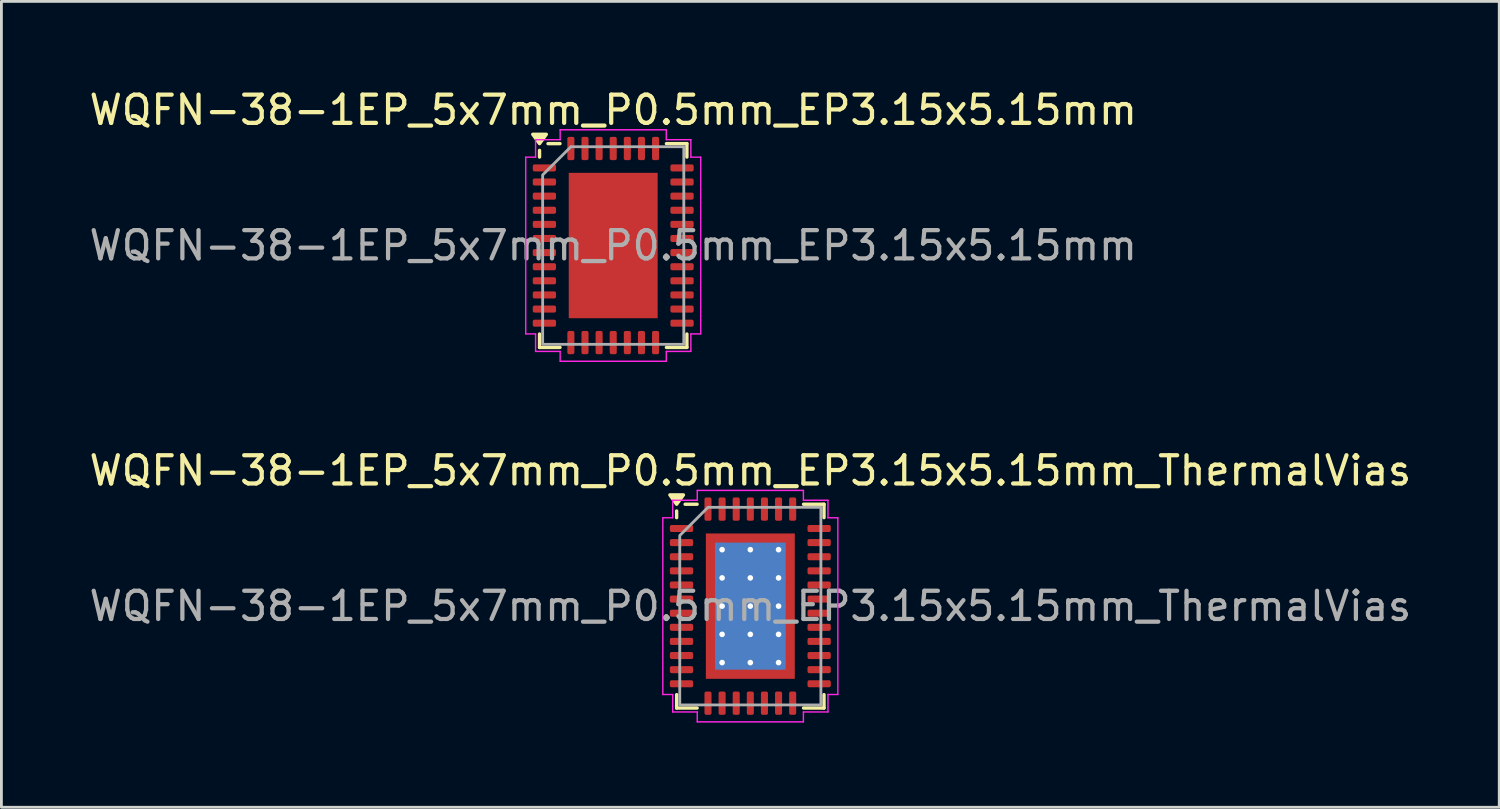
<source format=kicad_pcb>
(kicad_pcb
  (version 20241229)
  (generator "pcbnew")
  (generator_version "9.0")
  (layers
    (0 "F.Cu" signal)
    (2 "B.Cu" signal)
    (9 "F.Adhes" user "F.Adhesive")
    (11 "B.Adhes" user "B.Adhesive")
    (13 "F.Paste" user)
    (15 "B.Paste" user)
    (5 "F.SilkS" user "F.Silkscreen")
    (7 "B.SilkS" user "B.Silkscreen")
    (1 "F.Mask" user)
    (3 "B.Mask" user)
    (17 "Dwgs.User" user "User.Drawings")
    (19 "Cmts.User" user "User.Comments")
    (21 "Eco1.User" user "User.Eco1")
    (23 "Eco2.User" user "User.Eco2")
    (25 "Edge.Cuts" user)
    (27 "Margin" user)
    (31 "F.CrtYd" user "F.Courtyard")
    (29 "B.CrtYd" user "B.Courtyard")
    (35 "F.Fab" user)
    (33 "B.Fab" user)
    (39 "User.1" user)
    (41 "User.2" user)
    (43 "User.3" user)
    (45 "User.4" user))
  (footprint "WQFN-38-1EP_5x7mm_P0.5mm_EP3.15x5.15mm_ThermalVias"
    (layer "F.Cu")
    (at 23.53 18.422)
    (property "Reference" "WQFN-38-1EP_5x7mm_P0.5mm_EP3.15x5.15mm_ThermalVias" (at 0 -4.8 0) (layer "F.SilkS") (effects (font (size 1 1) (thickness 0.15))))
    (attr smd)
    (fp_line (start -2.61 -3.135) (end -2.61 -3.37) (stroke (width 0.12) (type solid)) (layer "F.SilkS"))
    (fp_line (start -2.61 3.61) (end -2.61 3.135) (stroke (width 0.12) (type solid)) (layer "F.SilkS"))
    (fp_line (start -1.885 -3.61) (end -2.31 -3.61) (stroke (width 0.12) (type solid)) (layer "F.SilkS"))
    (fp_line (start -1.885 3.61) (end -2.61 3.61) (stroke (width 0.12) (type solid)) (layer "F.SilkS"))
    (fp_line (start 1.885 -3.61) (end 2.61 -3.61) (stroke (width 0.12) (type solid)) (layer "F.SilkS"))
    (fp_line (start 1.885 3.61) (end 2.61 3.61) (stroke (width 0.12) (type solid)) (layer "F.SilkS"))
    (fp_line (start 2.61 -3.61) (end 2.61 -3.135) (stroke (width 0.12) (type solid)) (layer "F.SilkS"))
    (fp_line (start 2.61 3.61) (end 2.61 3.135) (stroke (width 0.12) (type solid)) (layer "F.SilkS"))
    (fp_poly (pts (xy -2.61 -3.61) (xy -2.85 -3.94) (xy -2.37 -3.94)) (stroke (width 0.12) (type solid)) (fill yes) (layer "F.SilkS"))
    (fp_line (start -3.1 -3.13) (end -2.75 -3.13) (stroke (width 0.05) (type solid)) (layer "F.CrtYd"))
    (fp_line (start -3.1 3.13) (end -3.1 -3.13) (stroke (width 0.05) (type solid)) (layer "F.CrtYd"))
    (fp_line (start -2.75 -3.75) (end -1.88 -3.75) (stroke (width 0.05) (type solid)) (layer "F.CrtYd"))
    (fp_line (start -2.75 -3.13) (end -2.75 -3.75) (stroke (width 0.05) (type solid)) (layer "F.CrtYd"))
    (fp_line (start -2.75 3.13) (end -3.1 3.13) (stroke (width 0.05) (type solid)) (layer "F.CrtYd"))
    (fp_line (start -2.75 3.75) (end -2.75 3.13) (stroke (width 0.05) (type solid)) (layer "F.CrtYd"))
    (fp_line (start -1.88 -4.1) (end 1.88 -4.1) (stroke (width 0.05) (type solid)) (layer "F.CrtYd"))
    (fp_line (start -1.88 -3.75) (end -1.88 -4.1) (stroke (width 0.05) (type solid)) (layer "F.CrtYd"))
    (fp_line (start -1.88 3.75) (end -2.75 3.75) (stroke (width 0.05) (type solid)) (layer "F.CrtYd"))
    (fp_line (start -1.88 4.1) (end -1.88 3.75) (stroke (width 0.05) (type solid)) (layer "F.CrtYd"))
    (fp_line (start 1.88 -4.1) (end 1.88 -3.75) (stroke (width 0.05) (type solid)) (layer "F.CrtYd"))
    (fp_line (start 1.88 -3.75) (end 2.75 -3.75) (stroke (width 0.05) (type solid)) (layer "F.CrtYd"))
    (fp_line (start 1.88 3.75) (end 1.88 4.1) (stroke (width 0.05) (type solid)) (layer "F.CrtYd"))
    (fp_line (start 1.88 4.1) (end -1.88 4.1) (stroke (width 0.05) (type solid)) (layer "F.CrtYd"))
    (fp_line (start 2.75 -3.75) (end 2.75 -3.13) (stroke (width 0.05) (type solid)) (layer "F.CrtYd"))
    (fp_line (start 2.75 -3.13) (end 3.1 -3.13) (stroke (width 0.05) (type solid)) (layer "F.CrtYd"))
    (fp_line (start 2.75 3.13) (end 2.75 3.75) (stroke (width 0.05) (type solid)) (layer "F.CrtYd"))
    (fp_line (start 2.75 3.75) (end 1.88 3.75) (stroke (width 0.05) (type solid)) (layer "F.CrtYd"))
    (fp_line (start 3.1 -3.13) (end 3.1 3.13) (stroke (width 0.05) (type solid)) (layer "F.CrtYd"))
    (fp_line (start 3.1 3.13) (end 2.75 3.13) (stroke (width 0.05) (type solid)) (layer "F.CrtYd"))
    (fp_poly (pts (xy -2.5 -2.5) (xy -2.5 3.5) (xy 2.5 3.5) (xy 2.5 -3.5) (xy -1.5 -3.5)) (stroke (width 0.1) (type solid)) (fill no) (layer "F.Fab"))
    (fp_text user "${REFERENCE}" (at 0 0 0) (layer "F.Fab") (effects (font (size 1 1) (thickness 0.15))))
    (pad "" smd roundrect (at -0.79 -1.72) (size 1.27 1.38) (layers "F.Paste") (roundrect_rratio 0.197))
    (pad "" smd roundrect (at -0.79 0) (size 1.27 1.38) (layers "F.Paste") (roundrect_rratio 0.197))
    (pad "" smd roundrect (at -0.79 1.72) (size 1.27 1.38) (layers "F.Paste") (roundrect_rratio 0.197))
    (pad "" smd roundrect (at 0.79 -1.72) (size 1.27 1.38) (layers "F.Paste") (roundrect_rratio 0.197))
    (pad "" smd roundrect (at 0.79 0) (size 1.27 1.38) (layers "F.Paste") (roundrect_rratio 0.197))
    (pad "" smd roundrect (at 0.79 1.72) (size 1.27 1.38) (layers "F.Paste") (roundrect_rratio 0.197))
    (pad "1" smd roundrect (at -2.438 -2.75) (size 0.825 0.25) (layers "F.Cu" "F.Mask" "F.Paste") (roundrect_rratio 0.25))
    (pad "2" smd roundrect (at -2.438 -2.25) (size 0.825 0.25) (layers "F.Cu" "F.Mask" "F.Paste") (roundrect_rratio 0.25))
    (pad "3" smd roundrect (at -2.438 -1.75) (size 0.825 0.25) (layers "F.Cu" "F.Mask" "F.Paste") (roundrect_rratio 0.25))
    (pad "4" smd roundrect (at -2.438 -1.25) (size 0.825 0.25) (layers "F.Cu" "F.Mask" "F.Paste") (roundrect_rratio 0.25))
    (pad "5" smd roundrect (at -2.438 -0.75) (size 0.825 0.25) (layers "F.Cu" "F.Mask" "F.Paste") (roundrect_rratio 0.25))
    (pad "6" smd roundrect (at -2.438 -0.25) (size 0.825 0.25) (layers "F.Cu" "F.Mask" "F.Paste") (roundrect_rratio 0.25))
    (pad "7" smd roundrect (at -2.438 0.25) (size 0.825 0.25) (layers "F.Cu" "F.Mask" "F.Paste") (roundrect_rratio 0.25))
    (pad "8" smd roundrect (at -2.438 0.75) (size 0.825 0.25) (layers "F.Cu" "F.Mask" "F.Paste") (roundrect_rratio 0.25))
    (pad "9" smd roundrect (at -2.438 1.25) (size 0.825 0.25) (layers "F.Cu" "F.Mask" "F.Paste") (roundrect_rratio 0.25))
    (pad "10" smd roundrect (at -2.438 1.75) (size 0.825 0.25) (layers "F.Cu" "F.Mask" "F.Paste") (roundrect_rratio 0.25))
    (pad "11" smd roundrect (at -2.438 2.25) (size 0.825 0.25) (layers "F.Cu" "F.Mask" "F.Paste") (roundrect_rratio 0.25))
    (pad "12" smd roundrect (at -2.438 2.75) (size 0.825 0.25) (layers "F.Cu" "F.Mask" "F.Paste") (roundrect_rratio 0.25))
    (pad "13" smd roundrect (at -1.5 3.438) (size 0.25 0.825) (layers "F.Cu" "F.Mask" "F.Paste") (roundrect_rratio 0.25))
    (pad "14" smd roundrect (at -1 3.438) (size 0.25 0.825) (layers "F.Cu" "F.Mask" "F.Paste") (roundrect_rratio 0.25))
    (pad "15" smd roundrect (at -0.5 3.438) (size 0.25 0.825) (layers "F.Cu" "F.Mask" "F.Paste") (roundrect_rratio 0.25))
    (pad "16" smd roundrect (at 0 3.438) (size 0.25 0.825) (layers "F.Cu" "F.Mask" "F.Paste") (roundrect_rratio 0.25))
    (pad "17" smd roundrect (at 0.5 3.438) (size 0.25 0.825) (layers "F.Cu" "F.Mask" "F.Paste") (roundrect_rratio 0.25))
    (pad "18" smd roundrect (at 1 3.438) (size 0.25 0.825) (layers "F.Cu" "F.Mask" "F.Paste") (roundrect_rratio 0.25))
    (pad "19" smd roundrect (at 1.5 3.438) (size 0.25 0.825) (layers "F.Cu" "F.Mask" "F.Paste") (roundrect_rratio 0.25))
    (pad "20" smd roundrect (at 2.438 2.75) (size 0.825 0.25) (layers "F.Cu" "F.Mask" "F.Paste") (roundrect_rratio 0.25))
    (pad "21" smd roundrect (at 2.438 2.25) (size 0.825 0.25) (layers "F.Cu" "F.Mask" "F.Paste") (roundrect_rratio 0.25))
    (pad "22" smd roundrect (at 2.438 1.75) (size 0.825 0.25) (layers "F.Cu" "F.Mask" "F.Paste") (roundrect_rratio 0.25))
    (pad "23" smd roundrect (at 2.438 1.25) (size 0.825 0.25) (layers "F.Cu" "F.Mask" "F.Paste") (roundrect_rratio 0.25))
    (pad "24" smd roundrect (at 2.438 0.75) (size 0.825 0.25) (layers "F.Cu" "F.Mask" "F.Paste") (roundrect_rratio 0.25))
    (pad "25" smd roundrect (at 2.438 0.25) (size 0.825 0.25) (layers "F.Cu" "F.Mask" "F.Paste") (roundrect_rratio 0.25))
    (pad "26" smd roundrect (at 2.438 -0.25) (size 0.825 0.25) (layers "F.Cu" "F.Mask" "F.Paste") (roundrect_rratio 0.25))
    (pad "27" smd roundrect (at 2.438 -0.75) (size 0.825 0.25) (layers "F.Cu" "F.Mask" "F.Paste") (roundrect_rratio 0.25))
    (pad "28" smd roundrect (at 2.438 -1.25) (size 0.825 0.25) (layers "F.Cu" "F.Mask" "F.Paste") (roundrect_rratio 0.25))
    (pad "29" smd roundrect (at 2.438 -1.75) (size 0.825 0.25) (layers "F.Cu" "F.Mask" "F.Paste") (roundrect_rratio 0.25))
    (pad "30" smd roundrect (at 2.438 -2.25) (size 0.825 0.25) (layers "F.Cu" "F.Mask" "F.Paste") (roundrect_rratio 0.25))
    (pad "31" smd roundrect (at 2.438 -2.75) (size 0.825 0.25) (layers "F.Cu" "F.Mask" "F.Paste") (roundrect_rratio 0.25))
    (pad "32" smd roundrect (at 1.5 -3.438) (size 0.25 0.825) (layers "F.Cu" "F.Mask" "F.Paste") (roundrect_rratio 0.25))
    (pad "33" smd roundrect (at 1 -3.438) (size 0.25 0.825) (layers "F.Cu" "F.Mask" "F.Paste") (roundrect_rratio 0.25))
    (pad "34" smd roundrect (at 0.5 -3.438) (size 0.25 0.825) (layers "F.Cu" "F.Mask" "F.Paste") (roundrect_rratio 0.25))
    (pad "35" smd roundrect (at 0 -3.438) (size 0.25 0.825) (layers "F.Cu" "F.Mask" "F.Paste") (roundrect_rratio 0.25))
    (pad "36" smd roundrect (at -0.5 -3.438) (size 0.25 0.825) (layers "F.Cu" "F.Mask" "F.Paste") (roundrect_rratio 0.25))
    (pad "37" smd roundrect (at -1 -3.438) (size 0.25 0.825) (layers "F.Cu" "F.Mask" "F.Paste") (roundrect_rratio 0.25))
    (pad "38" smd roundrect (at -1.5 -3.438) (size 0.25 0.825) (layers "F.Cu" "F.Mask" "F.Paste") (roundrect_rratio 0.25))
    (pad "39" thru_hole circle (at -1 -2) (size 0.5 0.5) (drill 0.2) (property pad_prop_heatsink) (layers "*.Cu"))
    (pad "39" thru_hole circle (at -1 -1) (size 0.5 0.5) (drill 0.2) (property pad_prop_heatsink) (layers "*.Cu"))
    (pad "39" thru_hole circle (at -1 0) (size 0.5 0.5) (drill 0.2) (property pad_prop_heatsink) (layers "*.Cu"))
    (pad "39" thru_hole circle (at -1 1) (size 0.5 0.5) (drill 0.2) (property pad_prop_heatsink) (layers "*.Cu"))
    (pad "39" thru_hole circle (at -1 2) (size 0.5 0.5) (drill 0.2) (property pad_prop_heatsink) (layers "*.Cu"))
    (pad "39" thru_hole circle (at 0 -2) (size 0.5 0.5) (drill 0.2) (property pad_prop_heatsink) (layers "*.Cu"))
    (pad "39" thru_hole circle (at 0 -1) (size 0.5 0.5) (drill 0.2) (property pad_prop_heatsink) (layers "*.Cu"))
    (pad "39" thru_hole circle (at 0 0) (size 0.5 0.5) (drill 0.2) (property pad_prop_heatsink) (layers "*.Cu"))
    (pad "39" smd rect (at 0 0) (size 2.5 4.5) (property pad_prop_heatsink) (layers "B.Cu"))
    (pad "39" smd rect (at 0 0) (size 3.15 5.15) (property pad_prop_heatsink) (layers "F.Cu" "F.Mask"))
    (pad "39" thru_hole circle (at 0 1) (size 0.5 0.5) (drill 0.2) (property pad_prop_heatsink) (layers "*.Cu"))
    (pad "39" thru_hole circle (at 0 2) (size 0.5 0.5) (drill 0.2) (property pad_prop_heatsink) (layers "*.Cu"))
    (pad "39" thru_hole circle (at 1 -2) (size 0.5 0.5) (drill 0.2) (property pad_prop_heatsink) (layers "*.Cu"))
    (pad "39" thru_hole circle (at 1 -1) (size 0.5 0.5) (drill 0.2) (property pad_prop_heatsink) (layers "*.Cu"))
    (pad "39" thru_hole circle (at 1 0) (size 0.5 0.5) (drill 0.2) (property pad_prop_heatsink) (layers "*.Cu"))
    (pad "39" thru_hole circle (at 1 1) (size 0.5 0.5) (drill 0.2) (property pad_prop_heatsink) (layers "*.Cu"))
    (pad "39" thru_hole circle (at 1 2) (size 0.5 0.5) (drill 0.2) (property pad_prop_heatsink) (layers "*.Cu")))
  (footprint "WQFN-38-1EP_5x7mm_P0.5mm_EP3.15x5.15mm"
    (layer "F.Cu")
    (at 18.673 5.648)
    (property "Reference" "WQFN-38-1EP_5x7mm_P0.5mm_EP3.15x5.15mm" (at 0 -4.8 0) (layer "F.SilkS") (effects (font (size 1 1) (thickness 0.15))))
    (attr smd)
    (fp_line (start -2.61 -3.135) (end -2.61 -3.37) (stroke (width 0.12) (type solid)) (layer "F.SilkS"))
    (fp_line (start -2.61 3.61) (end -2.61 3.135) (stroke (width 0.12) (type solid)) (layer "F.SilkS"))
    (fp_line (start -1.885 -3.61) (end -2.31 -3.61) (stroke (width 0.12) (type solid)) (layer "F.SilkS"))
    (fp_line (start -1.885 3.61) (end -2.61 3.61) (stroke (width 0.12) (type solid)) (layer "F.SilkS"))
    (fp_line (start 1.885 -3.61) (end 2.61 -3.61) (stroke (width 0.12) (type solid)) (layer "F.SilkS"))
    (fp_line (start 1.885 3.61) (end 2.61 3.61) (stroke (width 0.12) (type solid)) (layer "F.SilkS"))
    (fp_line (start 2.61 -3.61) (end 2.61 -3.135) (stroke (width 0.12) (type solid)) (layer "F.SilkS"))
    (fp_line (start 2.61 3.61) (end 2.61 3.135) (stroke (width 0.12) (type solid)) (layer "F.SilkS"))
    (fp_poly (pts (xy -2.61 -3.61) (xy -2.85 -3.94) (xy -2.37 -3.94)) (stroke (width 0.12) (type solid)) (fill yes) (layer "F.SilkS"))
    (fp_line (start -3.1 -3.13) (end -2.75 -3.13) (stroke (width 0.05) (type solid)) (layer "F.CrtYd"))
    (fp_line (start -3.1 3.13) (end -3.1 -3.13) (stroke (width 0.05) (type solid)) (layer "F.CrtYd"))
    (fp_line (start -2.75 -3.75) (end -1.88 -3.75) (stroke (width 0.05) (type solid)) (layer "F.CrtYd"))
    (fp_line (start -2.75 -3.13) (end -2.75 -3.75) (stroke (width 0.05) (type solid)) (layer "F.CrtYd"))
    (fp_line (start -2.75 3.13) (end -3.1 3.13) (stroke (width 0.05) (type solid)) (layer "F.CrtYd"))
    (fp_line (start -2.75 3.75) (end -2.75 3.13) (stroke (width 0.05) (type solid)) (layer "F.CrtYd"))
    (fp_line (start -1.88 -4.1) (end 1.88 -4.1) (stroke (width 0.05) (type solid)) (layer "F.CrtYd"))
    (fp_line (start -1.88 -3.75) (end -1.88 -4.1) (stroke (width 0.05) (type solid)) (layer "F.CrtYd"))
    (fp_line (start -1.88 3.75) (end -2.75 3.75) (stroke (width 0.05) (type solid)) (layer "F.CrtYd"))
    (fp_line (start -1.88 4.1) (end -1.88 3.75) (stroke (width 0.05) (type solid)) (layer "F.CrtYd"))
    (fp_line (start 1.88 -4.1) (end 1.88 -3.75) (stroke (width 0.05) (type solid)) (layer "F.CrtYd"))
    (fp_line (start 1.88 -3.75) (end 2.75 -3.75) (stroke (width 0.05) (type solid)) (layer "F.CrtYd"))
    (fp_line (start 1.88 3.75) (end 1.88 4.1) (stroke (width 0.05) (type solid)) (layer "F.CrtYd"))
    (fp_line (start 1.88 4.1) (end -1.88 4.1) (stroke (width 0.05) (type solid)) (layer "F.CrtYd"))
    (fp_line (start 2.75 -3.75) (end 2.75 -3.13) (stroke (width 0.05) (type solid)) (layer "F.CrtYd"))
    (fp_line (start 2.75 -3.13) (end 3.1 -3.13) (stroke (width 0.05) (type solid)) (layer "F.CrtYd"))
    (fp_line (start 2.75 3.13) (end 2.75 3.75) (stroke (width 0.05) (type solid)) (layer "F.CrtYd"))
    (fp_line (start 2.75 3.75) (end 1.88 3.75) (stroke (width 0.05) (type solid)) (layer "F.CrtYd"))
    (fp_line (start 3.1 -3.13) (end 3.1 3.13) (stroke (width 0.05) (type solid)) (layer "F.CrtYd"))
    (fp_line (start 3.1 3.13) (end 2.75 3.13) (stroke (width 0.05) (type solid)) (layer "F.CrtYd"))
    (fp_poly (pts (xy -2.5 -2.5) (xy -2.5 3.5) (xy 2.5 3.5) (xy 2.5 -3.5) (xy -1.5 -3.5)) (stroke (width 0.1) (type solid)) (fill no) (layer "F.Fab"))
    (fp_text user "${REFERENCE}" (at 0 0 0) (layer "F.Fab") (effects (font (size 1 1) (thickness 0.15))))
    (pad "" smd roundrect (at -0.79 -1.72) (size 1.27 1.38) (layers "F.Paste") (roundrect_rratio 0.197))
    (pad "" smd roundrect (at -0.79 0) (size 1.27 1.38) (layers "F.Paste") (roundrect_rratio 0.197))
    (pad "" smd roundrect (at -0.79 1.72) (size 1.27 1.38) (layers "F.Paste") (roundrect_rratio 0.197))
    (pad "" smd roundrect (at 0.79 -1.72) (size 1.27 1.38) (layers "F.Paste") (roundrect_rratio 0.197))
    (pad "" smd roundrect (at 0.79 0) (size 1.27 1.38) (layers "F.Paste") (roundrect_rratio 0.197))
    (pad "" smd roundrect (at 0.79 1.72) (size 1.27 1.38) (layers "F.Paste") (roundrect_rratio 0.197))
    (pad "1" smd roundrect (at -2.438 -2.75) (size 0.825 0.25) (layers "F.Cu" "F.Mask" "F.Paste") (roundrect_rratio 0.25))
    (pad "2" smd roundrect (at -2.438 -2.25) (size 0.825 0.25) (layers "F.Cu" "F.Mask" "F.Paste") (roundrect_rratio 0.25))
    (pad "3" smd roundrect (at -2.438 -1.75) (size 0.825 0.25) (layers "F.Cu" "F.Mask" "F.Paste") (roundrect_rratio 0.25))
    (pad "4" smd roundrect (at -2.438 -1.25) (size 0.825 0.25) (layers "F.Cu" "F.Mask" "F.Paste") (roundrect_rratio 0.25))
    (pad "5" smd roundrect (at -2.438 -0.75) (size 0.825 0.25) (layers "F.Cu" "F.Mask" "F.Paste") (roundrect_rratio 0.25))
    (pad "6" smd roundrect (at -2.438 -0.25) (size 0.825 0.25) (layers "F.Cu" "F.Mask" "F.Paste") (roundrect_rratio 0.25))
    (pad "7" smd roundrect (at -2.438 0.25) (size 0.825 0.25) (layers "F.Cu" "F.Mask" "F.Paste") (roundrect_rratio 0.25))
    (pad "8" smd roundrect (at -2.438 0.75) (size 0.825 0.25) (layers "F.Cu" "F.Mask" "F.Paste") (roundrect_rratio 0.25))
    (pad "9" smd roundrect (at -2.438 1.25) (size 0.825 0.25) (layers "F.Cu" "F.Mask" "F.Paste") (roundrect_rratio 0.25))
    (pad "10" smd roundrect (at -2.438 1.75) (size 0.825 0.25) (layers "F.Cu" "F.Mask" "F.Paste") (roundrect_rratio 0.25))
    (pad "11" smd roundrect (at -2.438 2.25) (size 0.825 0.25) (layers "F.Cu" "F.Mask" "F.Paste") (roundrect_rratio 0.25))
    (pad "12" smd roundrect (at -2.438 2.75) (size 0.825 0.25) (layers "F.Cu" "F.Mask" "F.Paste") (roundrect_rratio 0.25))
    (pad "13" smd roundrect (at -1.5 3.438) (size 0.25 0.825) (layers "F.Cu" "F.Mask" "F.Paste") (roundrect_rratio 0.25))
    (pad "14" smd roundrect (at -1 3.438) (size 0.25 0.825) (layers "F.Cu" "F.Mask" "F.Paste") (roundrect_rratio 0.25))
    (pad "15" smd roundrect (at -0.5 3.438) (size 0.25 0.825) (layers "F.Cu" "F.Mask" "F.Paste") (roundrect_rratio 0.25))
    (pad "16" smd roundrect (at 0 3.438) (size 0.25 0.825) (layers "F.Cu" "F.Mask" "F.Paste") (roundrect_rratio 0.25))
    (pad "17" smd roundrect (at 0.5 3.438) (size 0.25 0.825) (layers "F.Cu" "F.Mask" "F.Paste") (roundrect_rratio 0.25))
    (pad "18" smd roundrect (at 1 3.438) (size 0.25 0.825) (layers "F.Cu" "F.Mask" "F.Paste") (roundrect_rratio 0.25))
    (pad "19" smd roundrect (at 1.5 3.438) (size 0.25 0.825) (layers "F.Cu" "F.Mask" "F.Paste") (roundrect_rratio 0.25))
    (pad "20" smd roundrect (at 2.438 2.75) (size 0.825 0.25) (layers "F.Cu" "F.Mask" "F.Paste") (roundrect_rratio 0.25))
    (pad "21" smd roundrect (at 2.438 2.25) (size 0.825 0.25) (layers "F.Cu" "F.Mask" "F.Paste") (roundrect_rratio 0.25))
    (pad "22" smd roundrect (at 2.438 1.75) (size 0.825 0.25) (layers "F.Cu" "F.Mask" "F.Paste") (roundrect_rratio 0.25))
    (pad "23" smd roundrect (at 2.438 1.25) (size 0.825 0.25) (layers "F.Cu" "F.Mask" "F.Paste") (roundrect_rratio 0.25))
    (pad "24" smd roundrect (at 2.438 0.75) (size 0.825 0.25) (layers "F.Cu" "F.Mask" "F.Paste") (roundrect_rratio 0.25))
    (pad "25" smd roundrect (at 2.438 0.25) (size 0.825 0.25) (layers "F.Cu" "F.Mask" "F.Paste") (roundrect_rratio 0.25))
    (pad "26" smd roundrect (at 2.438 -0.25) (size 0.825 0.25) (layers "F.Cu" "F.Mask" "F.Paste") (roundrect_rratio 0.25))
    (pad "27" smd roundrect (at 2.438 -0.75) (size 0.825 0.25) (layers "F.Cu" "F.Mask" "F.Paste") (roundrect_rratio 0.25))
    (pad "28" smd roundrect (at 2.438 -1.25) (size 0.825 0.25) (layers "F.Cu" "F.Mask" "F.Paste") (roundrect_rratio 0.25))
    (pad "29" smd roundrect (at 2.438 -1.75) (size 0.825 0.25) (layers "F.Cu" "F.Mask" "F.Paste") (roundrect_rratio 0.25))
    (pad "30" smd roundrect (at 2.438 -2.25) (size 0.825 0.25) (layers "F.Cu" "F.Mask" "F.Paste") (roundrect_rratio 0.25))
    (pad "31" smd roundrect (at 2.438 -2.75) (size 0.825 0.25) (layers "F.Cu" "F.Mask" "F.Paste") (roundrect_rratio 0.25))
    (pad "32" smd roundrect (at 1.5 -3.438) (size 0.25 0.825) (layers "F.Cu" "F.Mask" "F.Paste") (roundrect_rratio 0.25))
    (pad "33" smd roundrect (at 1 -3.438) (size 0.25 0.825) (layers "F.Cu" "F.Mask" "F.Paste") (roundrect_rratio 0.25))
    (pad "34" smd roundrect (at 0.5 -3.438) (size 0.25 0.825) (layers "F.Cu" "F.Mask" "F.Paste") (roundrect_rratio 0.25))
    (pad "35" smd roundrect (at 0 -3.438) (size 0.25 0.825) (layers "F.Cu" "F.Mask" "F.Paste") (roundrect_rratio 0.25))
    (pad "36" smd roundrect (at -0.5 -3.438) (size 0.25 0.825) (layers "F.Cu" "F.Mask" "F.Paste") (roundrect_rratio 0.25))
    (pad "37" smd roundrect (at -1 -3.438) (size 0.25 0.825) (layers "F.Cu" "F.Mask" "F.Paste") (roundrect_rratio 0.25))
    (pad "38" smd roundrect (at -1.5 -3.438) (size 0.25 0.825) (layers "F.Cu" "F.Mask" "F.Paste") (roundrect_rratio 0.25))
    (pad "39" smd rect (at 0 0) (size 3.15 5.15) (property pad_prop_heatsink) (layers "F.Cu" "F.Mask")))
  (gr_rect
    (start -3 -3)
    (end 50.06 25.547)
    (stroke (width 0.1) (type default))
    (fill no)
    (layer "Edge.Cuts")))
</source>
